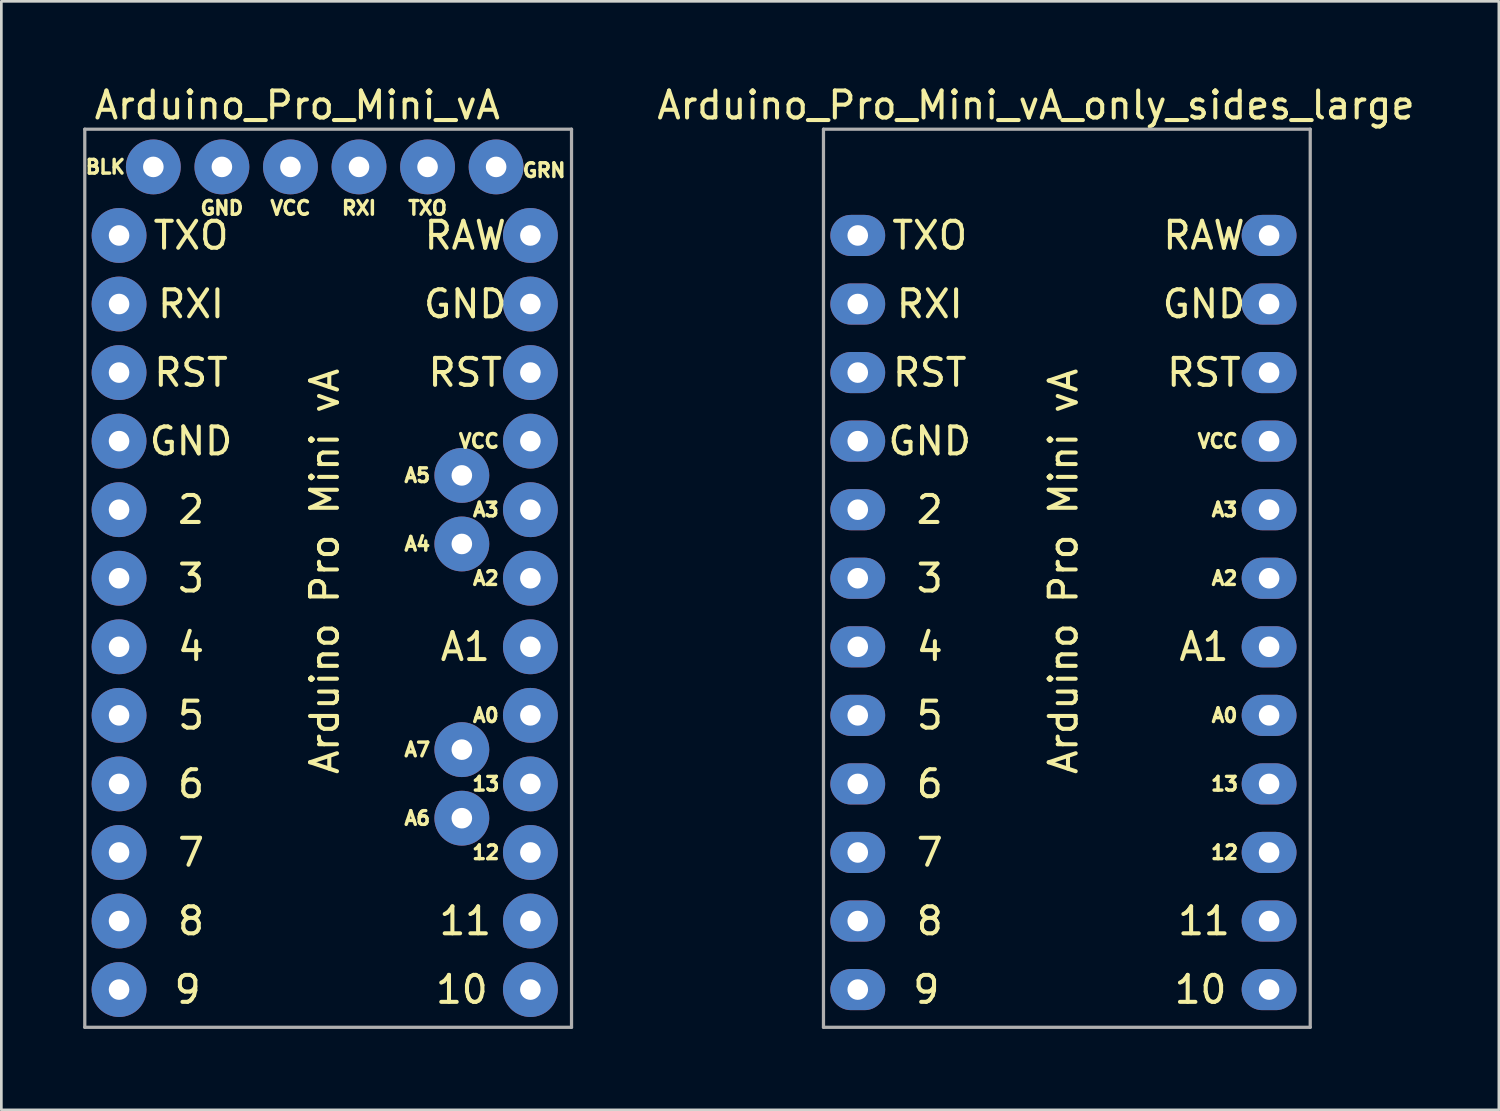
<source format=kicad_pcb>
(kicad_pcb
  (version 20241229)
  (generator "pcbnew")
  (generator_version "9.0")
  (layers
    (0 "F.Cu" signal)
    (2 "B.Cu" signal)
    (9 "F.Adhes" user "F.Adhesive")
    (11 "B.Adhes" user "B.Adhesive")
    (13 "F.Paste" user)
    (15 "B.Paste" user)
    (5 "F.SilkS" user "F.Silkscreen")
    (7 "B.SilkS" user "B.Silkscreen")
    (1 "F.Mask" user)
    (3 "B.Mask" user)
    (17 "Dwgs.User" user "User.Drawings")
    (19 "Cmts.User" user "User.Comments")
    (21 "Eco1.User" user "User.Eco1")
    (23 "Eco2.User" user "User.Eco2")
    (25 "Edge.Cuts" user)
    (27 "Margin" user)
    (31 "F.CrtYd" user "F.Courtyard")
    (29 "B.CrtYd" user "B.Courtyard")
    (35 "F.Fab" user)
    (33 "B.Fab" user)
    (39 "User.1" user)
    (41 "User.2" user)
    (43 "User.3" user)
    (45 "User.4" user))
  (footprint "Arduino_Pro_Mini_vA_only_sides_large"
    (layer "F.Cu")
    (at 28.73 5.674)
    (property "Reference" "Arduino_Pro_Mini_vA_only_sides_large" (at 6.604 -4.826 0) (layer "F.SilkS") (effects (font (size 1 1) (thickness 0.15))))
    (attr through_hole)
    (fp_line (start -1.27 -3.937) (end 16.764 -3.937) (stroke (width 0.12) (type solid)) (layer "F.Fab"))
    (fp_line (start -1.27 29.337) (end -1.27 -3.937) (stroke (width 0.12) (type solid)) (layer "F.Fab"))
    (fp_line (start 16.764 -3.937) (end 16.764 29.337) (stroke (width 0.12) (type solid)) (layer "F.Fab"))
    (fp_line (start 16.764 29.337) (end -1.27 29.337) (stroke (width 0.12) (type solid)) (layer "F.Fab"))
    (fp_text user "RXI" (at 2.667 2.54 0) (layer "F.SilkS") (effects (font (size 1 1) (thickness 0.15))))
    (fp_text user "10" (at 12.7 27.94 0) (layer "F.SilkS") (effects (font (size 1 1) (thickness 0.15))))
    (fp_text user "11" (at 12.827 25.4 0) (layer "F.SilkS") (effects (font (size 1 1) (thickness 0.15))))
    (fp_text user "RAW" (at 12.827 0 0) (layer "F.SilkS") (effects (font (size 1 1) (thickness 0.15))))
    (fp_text user "A1" (at 12.827 15.24 0) (layer "F.SilkS") (effects (font (size 1 1) (thickness 0.15))))
    (fp_text user "GND" (at 12.827 2.54 0) (layer "F.SilkS") (effects (font (size 1 1) (thickness 0.15))))
    (fp_text user "7" (at 2.667 22.86 0) (layer "F.SilkS") (effects (font (size 1 1) (thickness 0.15))))
    (fp_text user "VCC" (at 13.335 7.62 0) (layer "F.SilkS") (effects (font (size 0.508 0.508) (thickness 0.127))))
    (fp_text user "5" (at 2.667 17.78 0) (layer "F.SilkS") (effects (font (size 1 1) (thickness 0.15))))
    (fp_text user "GND" (at 2.667 7.62 0) (layer "F.SilkS") (effects (font (size 1 1) (thickness 0.15))))
    (fp_text user "6" (at 2.667 20.32 0) (layer "F.SilkS") (effects (font (size 1 1) (thickness 0.15))))
    (fp_text user "RST" (at 12.827 5.08 0) (layer "F.SilkS") (effects (font (size 1 1) (thickness 0.15))))
    (fp_text user "A0" (at 13.589 17.78 0) (layer "F.SilkS") (effects (font (size 0.508 0.508) (thickness 0.127))))
    (fp_text user "TXO" (at 2.667 0 0) (layer "F.SilkS") (effects (font (size 1 1) (thickness 0.15))))
    (fp_text user "3" (at 2.667 12.7 0) (layer "F.SilkS") (effects (font (size 1 1) (thickness 0.15))))
    (fp_text user "2" (at 2.667 10.16 0) (layer "F.SilkS") (effects (font (size 1 1) (thickness 0.15))))
    (fp_text user "12" (at 13.589 22.86 0) (layer "F.SilkS") (effects (font (size 0.508 0.508) (thickness 0.127))))
    (fp_text user "8" (at 2.667 25.4 0) (layer "F.SilkS") (effects (font (size 1 1) (thickness 0.15))))
    (fp_text user "13" (at 13.589 20.32 0) (layer "F.SilkS") (effects (font (size 0.508 0.508) (thickness 0.127))))
    (fp_text user "RST" (at 2.667 5.08 0) (layer "F.SilkS") (effects (font (size 1 1) (thickness 0.15))))
    (fp_text user "4" (at 2.667 15.24 0) (layer "F.SilkS") (effects (font (size 1 1) (thickness 0.15))))
    (fp_text user "A3" (at 13.589 10.16 0) (layer "F.SilkS") (effects (font (size 0.508 0.508) (thickness 0.127))))
    (fp_text user "Arduino Pro Mini vA" (at 7.62 12.446 270) (layer "F.SilkS") (effects (font (size 1 1) (thickness 0.15))))
    (fp_text user "A2" (at 13.589 12.7 0) (layer "F.SilkS") (effects (font (size 0.508 0.508) (thickness 0.127))))
    (fp_text user "9" (at 2.54 27.94 0) (layer "F.SilkS") (effects (font (size 1 1) (thickness 0.15))))
    (pad "1" thru_hole oval (at 0 0) (size 2.032 1.524) (drill 0.762) (layers "*.Cu" "*.Mask"))
    (pad "2" thru_hole oval (at 0 2.54) (size 2.032 1.524) (drill 0.762) (layers "*.Cu" "*.Mask"))
    (pad "3" thru_hole oval (at 0 5.08) (size 2.032 1.524) (drill 0.762) (layers "*.Cu" "*.Mask"))
    (pad "4" thru_hole oval (at 0 7.62) (size 2.032 1.524) (drill 0.762) (layers "*.Cu" "*.Mask"))
    (pad "5" thru_hole oval (at 0 10.16) (size 2.032 1.524) (drill 0.762) (layers "*.Cu" "*.Mask"))
    (pad "6" thru_hole oval (at 0 12.7) (size 2.032 1.524) (drill 0.762) (layers "*.Cu" "*.Mask"))
    (pad "7" thru_hole oval (at 0 15.24) (size 2.032 1.524) (drill 0.762) (layers "*.Cu" "*.Mask"))
    (pad "8" thru_hole oval (at 0 17.78) (size 2.032 1.524) (drill 0.762) (layers "*.Cu" "*.Mask"))
    (pad "9" thru_hole oval (at 0 20.32) (size 2.032 1.524) (drill 0.762) (layers "*.Cu" "*.Mask"))
    (pad "10" thru_hole oval (at 0 22.86) (size 2.032 1.524) (drill 0.762) (layers "*.Cu" "*.Mask"))
    (pad "11" thru_hole oval (at 0 25.4) (size 2.032 1.524) (drill 0.762) (layers "*.Cu" "*.Mask"))
    (pad "12" thru_hole oval (at 0 27.94) (size 2.032 1.524) (drill 0.762) (layers "*.Cu" "*.Mask"))
    (pad "13" thru_hole oval (at 15.24 0) (size 2.032 1.524) (drill 0.762) (layers "*.Cu" "*.Mask"))
    (pad "14" thru_hole oval (at 15.24 2.54) (size 2.032 1.524) (drill 0.762) (layers "*.Cu" "*.Mask"))
    (pad "15" thru_hole oval (at 15.24 5.08) (size 2.032 1.524) (drill 0.762) (layers "*.Cu" "*.Mask"))
    (pad "16" thru_hole oval (at 15.24 7.62) (size 2.032 1.524) (drill 0.762) (layers "*.Cu" "*.Mask"))
    (pad "17" thru_hole oval (at 15.24 10.16) (size 2.032 1.524) (drill 0.762) (layers "*.Cu" "*.Mask"))
    (pad "18" thru_hole oval (at 15.24 12.7) (size 2.032 1.524) (drill 0.762) (layers "*.Cu" "*.Mask"))
    (pad "19" thru_hole oval (at 15.24 15.24) (size 2.032 1.524) (drill 0.762) (layers "*.Cu" "*.Mask"))
    (pad "20" thru_hole oval (at 15.24 17.78) (size 2.032 1.524) (drill 0.762) (layers "*.Cu" "*.Mask"))
    (pad "21" thru_hole oval (at 15.24 20.32) (size 2.032 1.524) (drill 0.762) (layers "*.Cu" "*.Mask"))
    (pad "22" thru_hole oval (at 15.24 22.86) (size 2.032 1.524) (drill 0.762) (layers "*.Cu" "*.Mask"))
    (pad "23" thru_hole oval (at 15.24 25.4) (size 2.032 1.524) (drill 0.762) (layers "*.Cu" "*.Mask"))
    (pad "24" thru_hole oval (at 15.24 27.94) (size 2.032 1.524) (drill 0.762) (layers "*.Cu" "*.Mask")))
  (footprint "Arduino_Pro_Mini_vA"
    (layer "F.Cu")
    (at 1.361 5.674)
    (property "Reference" "Arduino_Pro_Mini_vA" (at 6.604 -4.826 0) (layer "F.SilkS") (effects (font (size 1 1) (thickness 0.15))))
    (attr through_hole)
    (fp_line (start -1.27 -3.937) (end 16.764 -3.937) (stroke (width 0.12) (type solid)) (layer "F.Fab"))
    (fp_line (start -1.27 29.337) (end -1.27 -3.937) (stroke (width 0.12) (type solid)) (layer "F.Fab"))
    (fp_line (start 16.764 -3.937) (end 16.764 29.337) (stroke (width 0.12) (type solid)) (layer "F.Fab"))
    (fp_line (start 16.764 29.337) (end -1.27 29.337) (stroke (width 0.12) (type solid)) (layer "F.Fab"))
    (fp_text user "7" (at 2.667 22.86 0) (layer "F.SilkS") (effects (font (size 1 1) (thickness 0.15))))
    (fp_text user "RXI" (at 8.89 -1.016 0) (layer "F.SilkS") (effects (font (size 0.508 0.508) (thickness 0.127))))
    (fp_text user "GND" (at 12.827 2.54 0) (layer "F.SilkS") (effects (font (size 1 1) (thickness 0.15))))
    (fp_text user "10" (at 12.7 27.94 0) (layer "F.SilkS") (effects (font (size 1 1) (thickness 0.15))))
    (fp_text user "A0" (at 13.589 17.78 0) (layer "F.SilkS") (effects (font (size 0.508 0.508) (thickness 0.127))))
    (fp_text user "GRN" (at 15.748 -2.413 0) (layer "F.SilkS") (effects (font (size 0.508 0.508) (thickness 0.127))))
    (fp_text user "VCC" (at 6.35 -1.016 0) (layer "F.SilkS") (effects (font (size 0.508 0.508) (thickness 0.127))))
    (fp_text user "8" (at 2.667 25.4 0) (layer "F.SilkS") (effects (font (size 1 1) (thickness 0.15))))
    (fp_text user "A6" (at 11.049 21.59 0) (layer "F.SilkS") (effects (font (size 0.508 0.508) (thickness 0.127))))
    (fp_text user "4" (at 2.667 15.24 0) (layer "F.SilkS") (effects (font (size 1 1) (thickness 0.15))))
    (fp_text user "A7" (at 11.049 19.05 0) (layer "F.SilkS") (effects (font (size 0.508 0.508) (thickness 0.127))))
    (fp_text user "A5" (at 11.049 8.89 0) (layer "F.SilkS") (effects (font (size 0.508 0.508) (thickness 0.127))))
    (fp_text user "3" (at 2.667 12.7 0) (layer "F.SilkS") (effects (font (size 1 1) (thickness 0.15))))
    (fp_text user "RST" (at 12.827 5.08 0) (layer "F.SilkS") (effects (font (size 1 1) (thickness 0.15))))
    (fp_text user "RAW" (at 12.827 0 0) (layer "F.SilkS") (effects (font (size 1 1) (thickness 0.15))))
    (fp_text user "A2" (at 13.589 12.7 0) (layer "F.SilkS") (effects (font (size 0.508 0.508) (thickness 0.127))))
    (fp_text user "GND" (at 3.81 -1.016 0) (layer "F.SilkS") (effects (font (size 0.508 0.508) (thickness 0.127))))
    (fp_text user "BLK" (at -0.508 -2.54 0) (layer "F.SilkS") (effects (font (size 0.508 0.508) (thickness 0.127))))
    (fp_text user "9" (at 2.54 27.94 0) (layer "F.SilkS") (effects (font (size 1 1) (thickness 0.15))))
    (fp_text user "11" (at 12.827 25.4 0) (layer "F.SilkS") (effects (font (size 1 1) (thickness 0.15))))
    (fp_text user "RST" (at 2.667 5.08 0) (layer "F.SilkS") (effects (font (size 1 1) (thickness 0.15))))
    (fp_text user "A1" (at 12.827 15.24 0) (layer "F.SilkS") (effects (font (size 1 1) (thickness 0.15))))
    (fp_text user "6" (at 2.667 20.32 0) (layer "F.SilkS") (effects (font (size 1 1) (thickness 0.15))))
    (fp_text user "5" (at 2.667 17.78 0) (layer "F.SilkS") (effects (font (size 1 1) (thickness 0.15))))
    (fp_text user "13" (at 13.589 20.32 0) (layer "F.SilkS") (effects (font (size 0.508 0.508) (thickness 0.127))))
    (fp_text user "TXO" (at 2.667 0 0) (layer "F.SilkS") (effects (font (size 1 1) (thickness 0.15))))
    (fp_text user "GND" (at 2.667 7.62 0) (layer "F.SilkS") (effects (font (size 1 1) (thickness 0.15))))
    (fp_text user "A3" (at 13.589 10.16 0) (layer "F.SilkS") (effects (font (size 0.508 0.508) (thickness 0.127))))
    (fp_text user "12" (at 13.589 22.86 0) (layer "F.SilkS") (effects (font (size 0.508 0.508) (thickness 0.127))))
    (fp_text user "VCC" (at 13.335 7.62 0) (layer "F.SilkS") (effects (font (size 0.508 0.508) (thickness 0.127))))
    (fp_text user "2" (at 2.667 10.16 0) (layer "F.SilkS") (effects (font (size 1 1) (thickness 0.15))))
    (fp_text user "RXI" (at 2.667 2.54 0) (layer "F.SilkS") (effects (font (size 1 1) (thickness 0.15))))
    (fp_text user "TXO" (at 11.43 -1.016 0) (layer "F.SilkS") (effects (font (size 0.508 0.508) (thickness 0.127))))
    (fp_text user "A4" (at 11.049 11.43 0) (layer "F.SilkS") (effects (font (size 0.508 0.508) (thickness 0.127))))
    (fp_text user "Arduino Pro Mini vA" (at 7.62 12.446 270) (layer "F.SilkS") (effects (font (size 1 1) (thickness 0.15))))
    (pad "1" thru_hole oval (at 0 0) (size 2.032 2.032) (drill 0.762) (layers "*.Cu" "*.Mask"))
    (pad "2" thru_hole oval (at 0 2.54) (size 2.032 2.032) (drill 0.762) (layers "*.Cu" "*.Mask"))
    (pad "3" thru_hole oval (at 0 5.08) (size 2.032 2.032) (drill 0.762) (layers "*.Cu" "*.Mask"))
    (pad "4" thru_hole oval (at 0 7.62) (size 2.032 2.032) (drill 0.762) (layers "*.Cu" "*.Mask"))
    (pad "5" thru_hole oval (at 0 10.16) (size 2.032 2.032) (drill 0.762) (layers "*.Cu" "*.Mask"))
    (pad "6" thru_hole oval (at 0 12.7) (size 2.032 2.032) (drill 0.762) (layers "*.Cu" "*.Mask"))
    (pad "7" thru_hole oval (at 0 15.24) (size 2.032 2.032) (drill 0.762) (layers "*.Cu" "*.Mask"))
    (pad "8" thru_hole oval (at 0 17.78) (size 2.032 2.032) (drill 0.762) (layers "*.Cu" "*.Mask"))
    (pad "9" thru_hole oval (at 0 20.32) (size 2.032 2.032) (drill 0.762) (layers "*.Cu" "*.Mask"))
    (pad "10" thru_hole oval (at 0 22.86) (size 2.032 2.032) (drill 0.762) (layers "*.Cu" "*.Mask"))
    (pad "11" thru_hole oval (at 0 25.4) (size 2.032 2.032) (drill 0.762) (layers "*.Cu" "*.Mask"))
    (pad "12" thru_hole oval (at 0 27.94) (size 2.032 2.032) (drill 0.762) (layers "*.Cu" "*.Mask"))
    (pad "13" thru_hole oval (at 15.24 0) (size 2.032 2.032) (drill 0.762) (layers "*.Cu" "*.Mask"))
    (pad "14" thru_hole oval (at 15.24 2.54) (size 2.032 2.032) (drill 0.762) (layers "*.Cu" "*.Mask"))
    (pad "15" thru_hole oval (at 15.24 5.08) (size 2.032 2.032) (drill 0.762) (layers "*.Cu" "*.Mask"))
    (pad "16" thru_hole oval (at 15.24 7.62) (size 2.032 2.032) (drill 0.762) (layers "*.Cu" "*.Mask"))
    (pad "17" thru_hole oval (at 15.24 10.16) (size 2.032 2.032) (drill 0.762) (layers "*.Cu" "*.Mask"))
    (pad "18" thru_hole oval (at 15.24 12.7) (size 2.032 2.032) (drill 0.762) (layers "*.Cu" "*.Mask"))
    (pad "19" thru_hole oval (at 15.24 15.24) (size 2.032 2.032) (drill 0.762) (layers "*.Cu" "*.Mask"))
    (pad "20" thru_hole oval (at 15.24 17.78) (size 2.032 2.032) (drill 0.762) (layers "*.Cu" "*.Mask"))
    (pad "21" thru_hole oval (at 15.24 20.32) (size 2.032 2.032) (drill 0.762) (layers "*.Cu" "*.Mask"))
    (pad "22" thru_hole oval (at 15.24 22.86) (size 2.032 2.032) (drill 0.762) (layers "*.Cu" "*.Mask"))
    (pad "23" thru_hole oval (at 15.24 25.4) (size 2.032 2.032) (drill 0.762) (layers "*.Cu" "*.Mask"))
    (pad "24" thru_hole oval (at 15.24 27.94) (size 2.032 2.032) (drill 0.762) (layers "*.Cu" "*.Mask"))
    (pad "25" thru_hole oval (at 12.7 11.43) (size 2.032 2.032) (drill 0.762) (layers "*.Cu" "*.Mask"))
    (pad "26" thru_hole oval (at 12.7 8.89) (size 2.032 2.032) (drill 0.762) (layers "*.Cu" "*.Mask"))
    (pad "27" thru_hole oval (at 12.7 21.59) (size 2.032 2.032) (drill 0.762) (layers "*.Cu" "*.Mask"))
    (pad "28" thru_hole oval (at 12.7 19.05) (size 2.032 2.032) (drill 0.762) (layers "*.Cu" "*.Mask"))
    (pad "29" thru_hole oval (at 1.27 -2.54) (size 2.032 2.032) (drill 0.762) (layers "*.Cu" "*.Mask"))
    (pad "30" thru_hole oval (at 3.81 -2.54) (size 2.032 2.032) (drill 0.762) (layers "*.Cu" "*.Mask"))
    (pad "31" thru_hole oval (at 6.35 -2.54) (size 2.032 2.032) (drill 0.762) (layers "*.Cu" "*.Mask"))
    (pad "32" thru_hole oval (at 8.89 -2.54) (size 2.032 2.032) (drill 0.762) (layers "*.Cu" "*.Mask"))
    (pad "33" thru_hole oval (at 11.43 -2.54) (size 2.032 2.032) (drill 0.762) (layers "*.Cu" "*.Mask"))
    (pad "34" thru_hole oval (at 13.97 -2.54) (size 2.032 2.032) (drill 0.762) (layers "*.Cu" "*.Mask")))
  (gr_rect
    (start -3 -3)
    (end 52.483 38.071)
    (stroke (width 0.1) (type default))
    (fill no)
    (layer "Edge.Cuts")))
</source>
